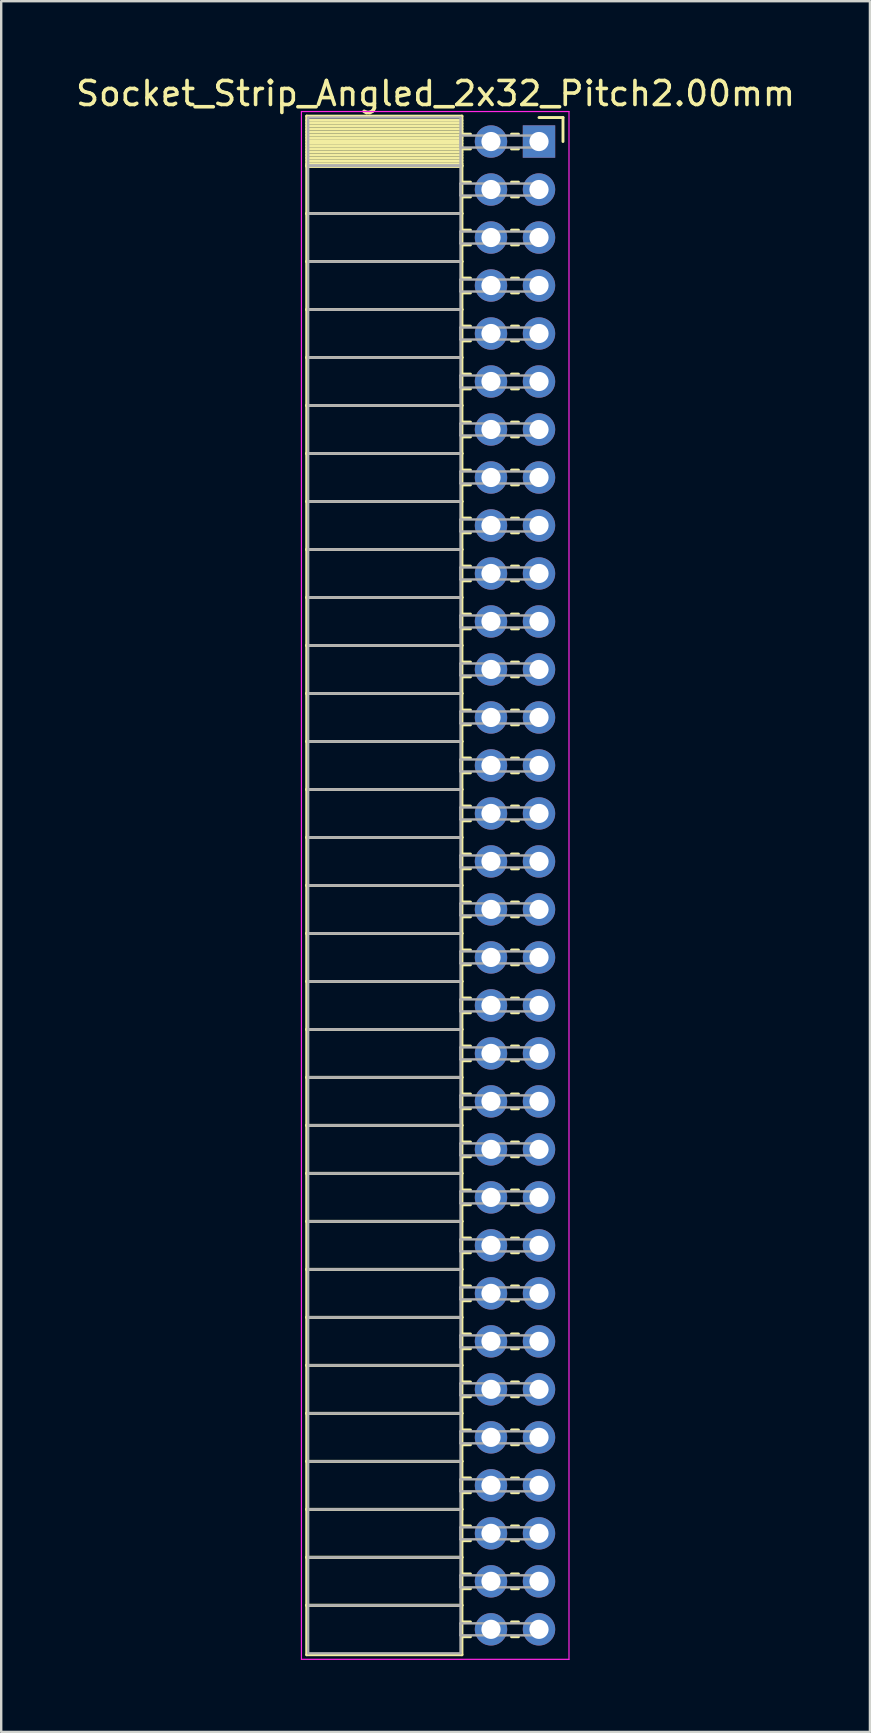
<source format=kicad_pcb>
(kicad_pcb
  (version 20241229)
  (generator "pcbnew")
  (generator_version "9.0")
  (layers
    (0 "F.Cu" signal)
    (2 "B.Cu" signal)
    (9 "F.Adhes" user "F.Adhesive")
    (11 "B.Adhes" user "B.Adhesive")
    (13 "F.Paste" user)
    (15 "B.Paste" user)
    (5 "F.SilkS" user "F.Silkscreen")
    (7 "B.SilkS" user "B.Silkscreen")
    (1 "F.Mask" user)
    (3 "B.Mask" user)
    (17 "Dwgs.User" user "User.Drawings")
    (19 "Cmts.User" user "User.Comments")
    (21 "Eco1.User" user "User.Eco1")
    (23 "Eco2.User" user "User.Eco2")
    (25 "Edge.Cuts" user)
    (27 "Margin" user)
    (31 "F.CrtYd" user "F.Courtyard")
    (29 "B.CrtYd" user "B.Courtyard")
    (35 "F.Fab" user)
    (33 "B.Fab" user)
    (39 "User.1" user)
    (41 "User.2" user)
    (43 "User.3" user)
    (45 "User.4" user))
  (footprint "Socket_Strip_Angled_2x32_Pitch2.00mm"
    (layer "F.Cu")
    (at 19.411 2.848)
    (property "Reference" "Socket_Strip_Angled_2x32_Pitch2.00mm" (at -4.31 -2 0) (layer "F.SilkS") (effects (font (size 1 1) (thickness 0.15))))
    (attr through_hole)
    (fp_line (start -9.68 -1.06) (end -3.21 -1.06) (stroke (width 0.12) (type solid)) (layer "F.SilkS"))
    (fp_line (start -9.68 1) (end -9.68 -1.06) (stroke (width 0.12) (type solid)) (layer "F.SilkS"))
    (fp_line (start -9.68 1) (end -3.21 1) (stroke (width 0.12) (type solid)) (layer "F.SilkS"))
    (fp_line (start -9.68 3) (end -9.68 1) (stroke (width 0.12) (type solid)) (layer "F.SilkS"))
    (fp_line (start -9.68 3) (end -3.21 3) (stroke (width 0.12) (type solid)) (layer "F.SilkS"))
    (fp_line (start -9.68 5) (end -9.68 3) (stroke (width 0.12) (type solid)) (layer "F.SilkS"))
    (fp_line (start -9.68 5) (end -3.21 5) (stroke (width 0.12) (type solid)) (layer "F.SilkS"))
    (fp_line (start -9.68 7) (end -9.68 5) (stroke (width 0.12) (type solid)) (layer "F.SilkS"))
    (fp_line (start -9.68 7) (end -3.21 7) (stroke (width 0.12) (type solid)) (layer "F.SilkS"))
    (fp_line (start -9.68 9) (end -9.68 7) (stroke (width 0.12) (type solid)) (layer "F.SilkS"))
    (fp_line (start -9.68 9) (end -3.21 9) (stroke (width 0.12) (type solid)) (layer "F.SilkS"))
    (fp_line (start -9.68 11) (end -9.68 9) (stroke (width 0.12) (type solid)) (layer "F.SilkS"))
    (fp_line (start -9.68 11) (end -3.21 11) (stroke (width 0.12) (type solid)) (layer "F.SilkS"))
    (fp_line (start -9.68 13) (end -9.68 11) (stroke (width 0.12) (type solid)) (layer "F.SilkS"))
    (fp_line (start -9.68 13) (end -3.21 13) (stroke (width 0.12) (type solid)) (layer "F.SilkS"))
    (fp_line (start -9.68 15) (end -9.68 13) (stroke (width 0.12) (type solid)) (layer "F.SilkS"))
    (fp_line (start -9.68 15) (end -3.21 15) (stroke (width 0.12) (type solid)) (layer "F.SilkS"))
    (fp_line (start -9.68 17) (end -9.68 15) (stroke (width 0.12) (type solid)) (layer "F.SilkS"))
    (fp_line (start -9.68 17) (end -3.21 17) (stroke (width 0.12) (type solid)) (layer "F.SilkS"))
    (fp_line (start -9.68 19) (end -9.68 17) (stroke (width 0.12) (type solid)) (layer "F.SilkS"))
    (fp_line (start -9.68 19) (end -3.21 19) (stroke (width 0.12) (type solid)) (layer "F.SilkS"))
    (fp_line (start -9.68 21) (end -9.68 19) (stroke (width 0.12) (type solid)) (layer "F.SilkS"))
    (fp_line (start -9.68 21) (end -3.21 21) (stroke (width 0.12) (type solid)) (layer "F.SilkS"))
    (fp_line (start -9.68 23) (end -9.68 21) (stroke (width 0.12) (type solid)) (layer "F.SilkS"))
    (fp_line (start -9.68 23) (end -3.21 23) (stroke (width 0.12) (type solid)) (layer "F.SilkS"))
    (fp_line (start -9.68 25) (end -9.68 23) (stroke (width 0.12) (type solid)) (layer "F.SilkS"))
    (fp_line (start -9.68 25) (end -3.21 25) (stroke (width 0.12) (type solid)) (layer "F.SilkS"))
    (fp_line (start -9.68 27) (end -9.68 25) (stroke (width 0.12) (type solid)) (layer "F.SilkS"))
    (fp_line (start -9.68 27) (end -3.21 27) (stroke (width 0.12) (type solid)) (layer "F.SilkS"))
    (fp_line (start -9.68 29) (end -9.68 27) (stroke (width 0.12) (type solid)) (layer "F.SilkS"))
    (fp_line (start -9.68 29) (end -3.21 29) (stroke (width 0.12) (type solid)) (layer "F.SilkS"))
    (fp_line (start -9.68 31) (end -9.68 29) (stroke (width 0.12) (type solid)) (layer "F.SilkS"))
    (fp_line (start -9.68 31) (end -3.21 31) (stroke (width 0.12) (type solid)) (layer "F.SilkS"))
    (fp_line (start -9.68 33) (end -9.68 31) (stroke (width 0.12) (type solid)) (layer "F.SilkS"))
    (fp_line (start -9.68 33) (end -3.21 33) (stroke (width 0.12) (type solid)) (layer "F.SilkS"))
    (fp_line (start -9.68 35) (end -9.68 33) (stroke (width 0.12) (type solid)) (layer "F.SilkS"))
    (fp_line (start -9.68 35) (end -3.21 35) (stroke (width 0.12) (type solid)) (layer "F.SilkS"))
    (fp_line (start -9.68 37) (end -9.68 35) (stroke (width 0.12) (type solid)) (layer "F.SilkS"))
    (fp_line (start -9.68 37) (end -3.21 37) (stroke (width 0.12) (type solid)) (layer "F.SilkS"))
    (fp_line (start -9.68 39) (end -9.68 37) (stroke (width 0.12) (type solid)) (layer "F.SilkS"))
    (fp_line (start -9.68 39) (end -3.21 39) (stroke (width 0.12) (type solid)) (layer "F.SilkS"))
    (fp_line (start -9.68 41) (end -9.68 39) (stroke (width 0.12) (type solid)) (layer "F.SilkS"))
    (fp_line (start -9.68 41) (end -3.21 41) (stroke (width 0.12) (type solid)) (layer "F.SilkS"))
    (fp_line (start -9.68 43) (end -9.68 41) (stroke (width 0.12) (type solid)) (layer "F.SilkS"))
    (fp_line (start -9.68 43) (end -3.21 43) (stroke (width 0.12) (type solid)) (layer "F.SilkS"))
    (fp_line (start -9.68 45) (end -9.68 43) (stroke (width 0.12) (type solid)) (layer "F.SilkS"))
    (fp_line (start -9.68 45) (end -3.21 45) (stroke (width 0.12) (type solid)) (layer "F.SilkS"))
    (fp_line (start -9.68 47) (end -9.68 45) (stroke (width 0.12) (type solid)) (layer "F.SilkS"))
    (fp_line (start -9.68 47) (end -3.21 47) (stroke (width 0.12) (type solid)) (layer "F.SilkS"))
    (fp_line (start -9.68 49) (end -9.68 47) (stroke (width 0.12) (type solid)) (layer "F.SilkS"))
    (fp_line (start -9.68 49) (end -3.21 49) (stroke (width 0.12) (type solid)) (layer "F.SilkS"))
    (fp_line (start -9.68 51) (end -9.68 49) (stroke (width 0.12) (type solid)) (layer "F.SilkS"))
    (fp_line (start -9.68 51) (end -3.21 51) (stroke (width 0.12) (type solid)) (layer "F.SilkS"))
    (fp_line (start -9.68 53) (end -9.68 51) (stroke (width 0.12) (type solid)) (layer "F.SilkS"))
    (fp_line (start -9.68 53) (end -3.21 53) (stroke (width 0.12) (type solid)) (layer "F.SilkS"))
    (fp_line (start -9.68 55) (end -9.68 53) (stroke (width 0.12) (type solid)) (layer "F.SilkS"))
    (fp_line (start -9.68 55) (end -3.21 55) (stroke (width 0.12) (type solid)) (layer "F.SilkS"))
    (fp_line (start -9.68 57) (end -9.68 55) (stroke (width 0.12) (type solid)) (layer "F.SilkS"))
    (fp_line (start -9.68 57) (end -3.21 57) (stroke (width 0.12) (type solid)) (layer "F.SilkS"))
    (fp_line (start -9.68 59) (end -9.68 57) (stroke (width 0.12) (type solid)) (layer "F.SilkS"))
    (fp_line (start -9.68 59) (end -3.21 59) (stroke (width 0.12) (type solid)) (layer "F.SilkS"))
    (fp_line (start -9.68 61) (end -9.68 59) (stroke (width 0.12) (type solid)) (layer "F.SilkS"))
    (fp_line (start -9.68 61) (end -3.21 61) (stroke (width 0.12) (type solid)) (layer "F.SilkS"))
    (fp_line (start -9.68 63.06) (end -9.68 61) (stroke (width 0.12) (type solid)) (layer "F.SilkS"))
    (fp_line (start -3.21 -1.06) (end -3.21 1) (stroke (width 0.12) (type solid)) (layer "F.SilkS"))
    (fp_line (start -3.21 -0.88) (end -9.68 -0.88) (stroke (width 0.12) (type solid)) (layer "F.SilkS"))
    (fp_line (start -3.21 -0.76) (end -9.68 -0.76) (stroke (width 0.12) (type solid)) (layer "F.SilkS"))
    (fp_line (start -3.21 -0.64) (end -9.68 -0.64) (stroke (width 0.12) (type solid)) (layer "F.SilkS"))
    (fp_line (start -3.21 -0.52) (end -9.68 -0.52) (stroke (width 0.12) (type solid)) (layer "F.SilkS"))
    (fp_line (start -3.21 -0.4) (end -9.68 -0.4) (stroke (width 0.12) (type solid)) (layer "F.SilkS"))
    (fp_line (start -3.21 -0.28) (end -9.68 -0.28) (stroke (width 0.12) (type solid)) (layer "F.SilkS"))
    (fp_line (start -3.21 -0.16) (end -9.68 -0.16) (stroke (width 0.12) (type solid)) (layer "F.SilkS"))
    (fp_line (start -3.21 -0.04) (end -9.68 -0.04) (stroke (width 0.12) (type solid)) (layer "F.SilkS"))
    (fp_line (start -3.21 0.08) (end -9.68 0.08) (stroke (width 0.12) (type solid)) (layer "F.SilkS"))
    (fp_line (start -3.21 0.2) (end -9.68 0.2) (stroke (width 0.12) (type solid)) (layer "F.SilkS"))
    (fp_line (start -3.21 0.32) (end -9.68 0.32) (stroke (width 0.12) (type solid)) (layer "F.SilkS"))
    (fp_line (start -3.21 0.44) (end -9.68 0.44) (stroke (width 0.12) (type solid)) (layer "F.SilkS"))
    (fp_line (start -3.21 0.56) (end -9.68 0.56) (stroke (width 0.12) (type solid)) (layer "F.SilkS"))
    (fp_line (start -3.21 0.68) (end -9.68 0.68) (stroke (width 0.12) (type solid)) (layer "F.SilkS"))
    (fp_line (start -3.21 0.8) (end -9.68 0.8) (stroke (width 0.12) (type solid)) (layer "F.SilkS"))
    (fp_line (start -3.21 0.92) (end -9.68 0.92) (stroke (width 0.12) (type solid)) (layer "F.SilkS"))
    (fp_line (start -3.21 1) (end -9.68 1) (stroke (width 0.12) (type solid)) (layer "F.SilkS"))
    (fp_line (start -3.21 1) (end -3.21 3) (stroke (width 0.12) (type solid)) (layer "F.SilkS"))
    (fp_line (start -3.21 1.04) (end -9.68 1.04) (stroke (width 0.12) (type solid)) (layer "F.SilkS"))
    (fp_line (start -3.21 3) (end -9.68 3) (stroke (width 0.12) (type solid)) (layer "F.SilkS"))
    (fp_line (start -3.21 3) (end -3.21 5) (stroke (width 0.12) (type solid)) (layer "F.SilkS"))
    (fp_line (start -3.21 5) (end -9.68 5) (stroke (width 0.12) (type solid)) (layer "F.SilkS"))
    (fp_line (start -3.21 5) (end -3.21 7) (stroke (width 0.12) (type solid)) (layer "F.SilkS"))
    (fp_line (start -3.21 7) (end -9.68 7) (stroke (width 0.12) (type solid)) (layer "F.SilkS"))
    (fp_line (start -3.21 7) (end -3.21 9) (stroke (width 0.12) (type solid)) (layer "F.SilkS"))
    (fp_line (start -3.21 9) (end -9.68 9) (stroke (width 0.12) (type solid)) (layer "F.SilkS"))
    (fp_line (start -3.21 9) (end -3.21 11) (stroke (width 0.12) (type solid)) (layer "F.SilkS"))
    (fp_line (start -3.21 11) (end -9.68 11) (stroke (width 0.12) (type solid)) (layer "F.SilkS"))
    (fp_line (start -3.21 11) (end -3.21 13) (stroke (width 0.12) (type solid)) (layer "F.SilkS"))
    (fp_line (start -3.21 13) (end -9.68 13) (stroke (width 0.12) (type solid)) (layer "F.SilkS"))
    (fp_line (start -3.21 13) (end -3.21 15) (stroke (width 0.12) (type solid)) (layer "F.SilkS"))
    (fp_line (start -3.21 15) (end -9.68 15) (stroke (width 0.12) (type solid)) (layer "F.SilkS"))
    (fp_line (start -3.21 15) (end -3.21 17) (stroke (width 0.12) (type solid)) (layer "F.SilkS"))
    (fp_line (start -3.21 17) (end -9.68 17) (stroke (width 0.12) (type solid)) (layer "F.SilkS"))
    (fp_line (start -3.21 17) (end -3.21 19) (stroke (width 0.12) (type solid)) (layer "F.SilkS"))
    (fp_line (start -3.21 19) (end -9.68 19) (stroke (width 0.12) (type solid)) (layer "F.SilkS"))
    (fp_line (start -3.21 19) (end -3.21 21) (stroke (width 0.12) (type solid)) (layer "F.SilkS"))
    (fp_line (start -3.21 21) (end -9.68 21) (stroke (width 0.12) (type solid)) (layer "F.SilkS"))
    (fp_line (start -3.21 21) (end -3.21 23) (stroke (width 0.12) (type solid)) (layer "F.SilkS"))
    (fp_line (start -3.21 23) (end -9.68 23) (stroke (width 0.12) (type solid)) (layer "F.SilkS"))
    (fp_line (start -3.21 23) (end -3.21 25) (stroke (width 0.12) (type solid)) (layer "F.SilkS"))
    (fp_line (start -3.21 25) (end -9.68 25) (stroke (width 0.12) (type solid)) (layer "F.SilkS"))
    (fp_line (start -3.21 25) (end -3.21 27) (stroke (width 0.12) (type solid)) (layer "F.SilkS"))
    (fp_line (start -3.21 27) (end -9.68 27) (stroke (width 0.12) (type solid)) (layer "F.SilkS"))
    (fp_line (start -3.21 27) (end -3.21 29) (stroke (width 0.12) (type solid)) (layer "F.SilkS"))
    (fp_line (start -3.21 29) (end -9.68 29) (stroke (width 0.12) (type solid)) (layer "F.SilkS"))
    (fp_line (start -3.21 29) (end -3.21 31) (stroke (width 0.12) (type solid)) (layer "F.SilkS"))
    (fp_line (start -3.21 31) (end -9.68 31) (stroke (width 0.12) (type solid)) (layer "F.SilkS"))
    (fp_line (start -3.21 31) (end -3.21 33) (stroke (width 0.12) (type solid)) (layer "F.SilkS"))
    (fp_line (start -3.21 33) (end -9.68 33) (stroke (width 0.12) (type solid)) (layer "F.SilkS"))
    (fp_line (start -3.21 33) (end -3.21 35) (stroke (width 0.12) (type solid)) (layer "F.SilkS"))
    (fp_line (start -3.21 35) (end -9.68 35) (stroke (width 0.12) (type solid)) (layer "F.SilkS"))
    (fp_line (start -3.21 35) (end -3.21 37) (stroke (width 0.12) (type solid)) (layer "F.SilkS"))
    (fp_line (start -3.21 37) (end -9.68 37) (stroke (width 0.12) (type solid)) (layer "F.SilkS"))
    (fp_line (start -3.21 37) (end -3.21 39) (stroke (width 0.12) (type solid)) (layer "F.SilkS"))
    (fp_line (start -3.21 39) (end -9.68 39) (stroke (width 0.12) (type solid)) (layer "F.SilkS"))
    (fp_line (start -3.21 39) (end -3.21 41) (stroke (width 0.12) (type solid)) (layer "F.SilkS"))
    (fp_line (start -3.21 41) (end -9.68 41) (stroke (width 0.12) (type solid)) (layer "F.SilkS"))
    (fp_line (start -3.21 41) (end -3.21 43) (stroke (width 0.12) (type solid)) (layer "F.SilkS"))
    (fp_line (start -3.21 43) (end -9.68 43) (stroke (width 0.12) (type solid)) (layer "F.SilkS"))
    (fp_line (start -3.21 43) (end -3.21 45) (stroke (width 0.12) (type solid)) (layer "F.SilkS"))
    (fp_line (start -3.21 45) (end -9.68 45) (stroke (width 0.12) (type solid)) (layer "F.SilkS"))
    (fp_line (start -3.21 45) (end -3.21 47) (stroke (width 0.12) (type solid)) (layer "F.SilkS"))
    (fp_line (start -3.21 47) (end -9.68 47) (stroke (width 0.12) (type solid)) (layer "F.SilkS"))
    (fp_line (start -3.21 47) (end -3.21 49) (stroke (width 0.12) (type solid)) (layer "F.SilkS"))
    (fp_line (start -3.21 49) (end -9.68 49) (stroke (width 0.12) (type solid)) (layer "F.SilkS"))
    (fp_line (start -3.21 49) (end -3.21 51) (stroke (width 0.12) (type solid)) (layer "F.SilkS"))
    (fp_line (start -3.21 51) (end -9.68 51) (stroke (width 0.12) (type solid)) (layer "F.SilkS"))
    (fp_line (start -3.21 51) (end -3.21 53) (stroke (width 0.12) (type solid)) (layer "F.SilkS"))
    (fp_line (start -3.21 53) (end -9.68 53) (stroke (width 0.12) (type solid)) (layer "F.SilkS"))
    (fp_line (start -3.21 53) (end -3.21 55) (stroke (width 0.12) (type solid)) (layer "F.SilkS"))
    (fp_line (start -3.21 55) (end -9.68 55) (stroke (width 0.12) (type solid)) (layer "F.SilkS"))
    (fp_line (start -3.21 55) (end -3.21 57) (stroke (width 0.12) (type solid)) (layer "F.SilkS"))
    (fp_line (start -3.21 57) (end -9.68 57) (stroke (width 0.12) (type solid)) (layer "F.SilkS"))
    (fp_line (start -3.21 57) (end -3.21 59) (stroke (width 0.12) (type solid)) (layer "F.SilkS"))
    (fp_line (start -3.21 59) (end -9.68 59) (stroke (width 0.12) (type solid)) (layer "F.SilkS"))
    (fp_line (start -3.21 59) (end -3.21 61) (stroke (width 0.12) (type solid)) (layer "F.SilkS"))
    (fp_line (start -3.21 61) (end -9.68 61) (stroke (width 0.12) (type solid)) (layer "F.SilkS"))
    (fp_line (start -3.21 61) (end -3.21 63.06) (stroke (width 0.12) (type solid)) (layer "F.SilkS"))
    (fp_line (start -3.21 63.06) (end -9.68 63.06) (stroke (width 0.12) (type solid)) (layer "F.SilkS"))
    (fp_line (start -2.855 -0.31) (end -3.21 -0.31) (stroke (width 0.12) (type solid)) (layer "F.SilkS"))
    (fp_line (start -2.855 0.31) (end -3.21 0.31) (stroke (width 0.12) (type solid)) (layer "F.SilkS"))
    (fp_line (start -2.855 1.69) (end -3.21 1.69) (stroke (width 0.12) (type solid)) (layer "F.SilkS"))
    (fp_line (start -2.855 2.31) (end -3.21 2.31) (stroke (width 0.12) (type solid)) (layer "F.SilkS"))
    (fp_line (start -2.855 3.69) (end -3.21 3.69) (stroke (width 0.12) (type solid)) (layer "F.SilkS"))
    (fp_line (start -2.855 4.31) (end -3.21 4.31) (stroke (width 0.12) (type solid)) (layer "F.SilkS"))
    (fp_line (start -2.855 5.69) (end -3.21 5.69) (stroke (width 0.12) (type solid)) (layer "F.SilkS"))
    (fp_line (start -2.855 6.31) (end -3.21 6.31) (stroke (width 0.12) (type solid)) (layer "F.SilkS"))
    (fp_line (start -2.855 7.69) (end -3.21 7.69) (stroke (width 0.12) (type solid)) (layer "F.SilkS"))
    (fp_line (start -2.855 8.31) (end -3.21 8.31) (stroke (width 0.12) (type solid)) (layer "F.SilkS"))
    (fp_line (start -2.855 9.69) (end -3.21 9.69) (stroke (width 0.12) (type solid)) (layer "F.SilkS"))
    (fp_line (start -2.855 10.31) (end -3.21 10.31) (stroke (width 0.12) (type solid)) (layer "F.SilkS"))
    (fp_line (start -2.855 11.69) (end -3.21 11.69) (stroke (width 0.12) (type solid)) (layer "F.SilkS"))
    (fp_line (start -2.855 12.31) (end -3.21 12.31) (stroke (width 0.12) (type solid)) (layer "F.SilkS"))
    (fp_line (start -2.855 13.69) (end -3.21 13.69) (stroke (width 0.12) (type solid)) (layer "F.SilkS"))
    (fp_line (start -2.855 14.31) (end -3.21 14.31) (stroke (width 0.12) (type solid)) (layer "F.SilkS"))
    (fp_line (start -2.855 15.69) (end -3.21 15.69) (stroke (width 0.12) (type solid)) (layer "F.SilkS"))
    (fp_line (start -2.855 16.31) (end -3.21 16.31) (stroke (width 0.12) (type solid)) (layer "F.SilkS"))
    (fp_line (start -2.855 17.69) (end -3.21 17.69) (stroke (width 0.12) (type solid)) (layer "F.SilkS"))
    (fp_line (start -2.855 18.31) (end -3.21 18.31) (stroke (width 0.12) (type solid)) (layer "F.SilkS"))
    (fp_line (start -2.855 19.69) (end -3.21 19.69) (stroke (width 0.12) (type solid)) (layer "F.SilkS"))
    (fp_line (start -2.855 20.31) (end -3.21 20.31) (stroke (width 0.12) (type solid)) (layer "F.SilkS"))
    (fp_line (start -2.855 21.69) (end -3.21 21.69) (stroke (width 0.12) (type solid)) (layer "F.SilkS"))
    (fp_line (start -2.855 22.31) (end -3.21 22.31) (stroke (width 0.12) (type solid)) (layer "F.SilkS"))
    (fp_line (start -2.855 23.69) (end -3.21 23.69) (stroke (width 0.12) (type solid)) (layer "F.SilkS"))
    (fp_line (start -2.855 24.31) (end -3.21 24.31) (stroke (width 0.12) (type solid)) (layer "F.SilkS"))
    (fp_line (start -2.855 25.69) (end -3.21 25.69) (stroke (width 0.12) (type solid)) (layer "F.SilkS"))
    (fp_line (start -2.855 26.31) (end -3.21 26.31) (stroke (width 0.12) (type solid)) (layer "F.SilkS"))
    (fp_line (start -2.855 27.69) (end -3.21 27.69) (stroke (width 0.12) (type solid)) (layer "F.SilkS"))
    (fp_line (start -2.855 28.31) (end -3.21 28.31) (stroke (width 0.12) (type solid)) (layer "F.SilkS"))
    (fp_line (start -2.855 29.69) (end -3.21 29.69) (stroke (width 0.12) (type solid)) (layer "F.SilkS"))
    (fp_line (start -2.855 30.31) (end -3.21 30.31) (stroke (width 0.12) (type solid)) (layer "F.SilkS"))
    (fp_line (start -2.855 31.69) (end -3.21 31.69) (stroke (width 0.12) (type solid)) (layer "F.SilkS"))
    (fp_line (start -2.855 32.31) (end -3.21 32.31) (stroke (width 0.12) (type solid)) (layer "F.SilkS"))
    (fp_line (start -2.855 33.69) (end -3.21 33.69) (stroke (width 0.12) (type solid)) (layer "F.SilkS"))
    (fp_line (start -2.855 34.31) (end -3.21 34.31) (stroke (width 0.12) (type solid)) (layer "F.SilkS"))
    (fp_line (start -2.855 35.69) (end -3.21 35.69) (stroke (width 0.12) (type solid)) (layer "F.SilkS"))
    (fp_line (start -2.855 36.31) (end -3.21 36.31) (stroke (width 0.12) (type solid)) (layer "F.SilkS"))
    (fp_line (start -2.855 37.69) (end -3.21 37.69) (stroke (width 0.12) (type solid)) (layer "F.SilkS"))
    (fp_line (start -2.855 38.31) (end -3.21 38.31) (stroke (width 0.12) (type solid)) (layer "F.SilkS"))
    (fp_line (start -2.855 39.69) (end -3.21 39.69) (stroke (width 0.12) (type solid)) (layer "F.SilkS"))
    (fp_line (start -2.855 40.31) (end -3.21 40.31) (stroke (width 0.12) (type solid)) (layer "F.SilkS"))
    (fp_line (start -2.855 41.69) (end -3.21 41.69) (stroke (width 0.12) (type solid)) (layer "F.SilkS"))
    (fp_line (start -2.855 42.31) (end -3.21 42.31) (stroke (width 0.12) (type solid)) (layer "F.SilkS"))
    (fp_line (start -2.855 43.69) (end -3.21 43.69) (stroke (width 0.12) (type solid)) (layer "F.SilkS"))
    (fp_line (start -2.855 44.31) (end -3.21 44.31) (stroke (width 0.12) (type solid)) (layer "F.SilkS"))
    (fp_line (start -2.855 45.69) (end -3.21 45.69) (stroke (width 0.12) (type solid)) (layer "F.SilkS"))
    (fp_line (start -2.855 46.31) (end -3.21 46.31) (stroke (width 0.12) (type solid)) (layer "F.SilkS"))
    (fp_line (start -2.855 47.69) (end -3.21 47.69) (stroke (width 0.12) (type solid)) (layer "F.SilkS"))
    (fp_line (start -2.855 48.31) (end -3.21 48.31) (stroke (width 0.12) (type solid)) (layer "F.SilkS"))
    (fp_line (start -2.855 49.69) (end -3.21 49.69) (stroke (width 0.12) (type solid)) (layer "F.SilkS"))
    (fp_line (start -2.855 50.31) (end -3.21 50.31) (stroke (width 0.12) (type solid)) (layer "F.SilkS"))
    (fp_line (start -2.855 51.69) (end -3.21 51.69) (stroke (width 0.12) (type solid)) (layer "F.SilkS"))
    (fp_line (start -2.855 52.31) (end -3.21 52.31) (stroke (width 0.12) (type solid)) (layer "F.SilkS"))
    (fp_line (start -2.855 53.69) (end -3.21 53.69) (stroke (width 0.12) (type solid)) (layer "F.SilkS"))
    (fp_line (start -2.855 54.31) (end -3.21 54.31) (stroke (width 0.12) (type solid)) (layer "F.SilkS"))
    (fp_line (start -2.855 55.69) (end -3.21 55.69) (stroke (width 0.12) (type solid)) (layer "F.SilkS"))
    (fp_line (start -2.855 56.31) (end -3.21 56.31) (stroke (width 0.12) (type solid)) (layer "F.SilkS"))
    (fp_line (start -2.855 57.69) (end -3.21 57.69) (stroke (width 0.12) (type solid)) (layer "F.SilkS"))
    (fp_line (start -2.855 58.31) (end -3.21 58.31) (stroke (width 0.12) (type solid)) (layer "F.SilkS"))
    (fp_line (start -2.855 59.69) (end -3.21 59.69) (stroke (width 0.12) (type solid)) (layer "F.SilkS"))
    (fp_line (start -2.855 60.31) (end -3.21 60.31) (stroke (width 0.12) (type solid)) (layer "F.SilkS"))
    (fp_line (start -2.855 61.69) (end -3.21 61.69) (stroke (width 0.12) (type solid)) (layer "F.SilkS"))
    (fp_line (start -2.855 62.31) (end -3.21 62.31) (stroke (width 0.12) (type solid)) (layer "F.SilkS"))
    (fp_line (start -0.855 -0.31) (end -1.145 -0.31) (stroke (width 0.12) (type solid)) (layer "F.SilkS"))
    (fp_line (start -0.855 0.31) (end -1.145 0.31) (stroke (width 0.12) (type solid)) (layer "F.SilkS"))
    (fp_line (start -0.855 1.69) (end -1.145 1.69) (stroke (width 0.12) (type solid)) (layer "F.SilkS"))
    (fp_line (start -0.855 2.31) (end -1.145 2.31) (stroke (width 0.12) (type solid)) (layer "F.SilkS"))
    (fp_line (start -0.855 3.69) (end -1.145 3.69) (stroke (width 0.12) (type solid)) (layer "F.SilkS"))
    (fp_line (start -0.855 4.31) (end -1.145 4.31) (stroke (width 0.12) (type solid)) (layer "F.SilkS"))
    (fp_line (start -0.855 5.69) (end -1.145 5.69) (stroke (width 0.12) (type solid)) (layer "F.SilkS"))
    (fp_line (start -0.855 6.31) (end -1.145 6.31) (stroke (width 0.12) (type solid)) (layer "F.SilkS"))
    (fp_line (start -0.855 7.69) (end -1.145 7.69) (stroke (width 0.12) (type solid)) (layer "F.SilkS"))
    (fp_line (start -0.855 8.31) (end -1.145 8.31) (stroke (width 0.12) (type solid)) (layer "F.SilkS"))
    (fp_line (start -0.855 9.69) (end -1.145 9.69) (stroke (width 0.12) (type solid)) (layer "F.SilkS"))
    (fp_line (start -0.855 10.31) (end -1.145 10.31) (stroke (width 0.12) (type solid)) (layer "F.SilkS"))
    (fp_line (start -0.855 11.69) (end -1.145 11.69) (stroke (width 0.12) (type solid)) (layer "F.SilkS"))
    (fp_line (start -0.855 12.31) (end -1.145 12.31) (stroke (width 0.12) (type solid)) (layer "F.SilkS"))
    (fp_line (start -0.855 13.69) (end -1.145 13.69) (stroke (width 0.12) (type solid)) (layer "F.SilkS"))
    (fp_line (start -0.855 14.31) (end -1.145 14.31) (stroke (width 0.12) (type solid)) (layer "F.SilkS"))
    (fp_line (start -0.855 15.69) (end -1.145 15.69) (stroke (width 0.12) (type solid)) (layer "F.SilkS"))
    (fp_line (start -0.855 16.31) (end -1.145 16.31) (stroke (width 0.12) (type solid)) (layer "F.SilkS"))
    (fp_line (start -0.855 17.69) (end -1.145 17.69) (stroke (width 0.12) (type solid)) (layer "F.SilkS"))
    (fp_line (start -0.855 18.31) (end -1.145 18.31) (stroke (width 0.12) (type solid)) (layer "F.SilkS"))
    (fp_line (start -0.855 19.69) (end -1.145 19.69) (stroke (width 0.12) (type solid)) (layer "F.SilkS"))
    (fp_line (start -0.855 20.31) (end -1.145 20.31) (stroke (width 0.12) (type solid)) (layer "F.SilkS"))
    (fp_line (start -0.855 21.69) (end -1.145 21.69) (stroke (width 0.12) (type solid)) (layer "F.SilkS"))
    (fp_line (start -0.855 22.31) (end -1.145 22.31) (stroke (width 0.12) (type solid)) (layer "F.SilkS"))
    (fp_line (start -0.855 23.69) (end -1.145 23.69) (stroke (width 0.12) (type solid)) (layer "F.SilkS"))
    (fp_line (start -0.855 24.31) (end -1.145 24.31) (stroke (width 0.12) (type solid)) (layer "F.SilkS"))
    (fp_line (start -0.855 25.69) (end -1.145 25.69) (stroke (width 0.12) (type solid)) (layer "F.SilkS"))
    (fp_line (start -0.855 26.31) (end -1.145 26.31) (stroke (width 0.12) (type solid)) (layer "F.SilkS"))
    (fp_line (start -0.855 27.69) (end -1.145 27.69) (stroke (width 0.12) (type solid)) (layer "F.SilkS"))
    (fp_line (start -0.855 28.31) (end -1.145 28.31) (stroke (width 0.12) (type solid)) (layer "F.SilkS"))
    (fp_line (start -0.855 29.69) (end -1.145 29.69) (stroke (width 0.12) (type solid)) (layer "F.SilkS"))
    (fp_line (start -0.855 30.31) (end -1.145 30.31) (stroke (width 0.12) (type solid)) (layer "F.SilkS"))
    (fp_line (start -0.855 31.69) (end -1.145 31.69) (stroke (width 0.12) (type solid)) (layer "F.SilkS"))
    (fp_line (start -0.855 32.31) (end -1.145 32.31) (stroke (width 0.12) (type solid)) (layer "F.SilkS"))
    (fp_line (start -0.855 33.69) (end -1.145 33.69) (stroke (width 0.12) (type solid)) (layer "F.SilkS"))
    (fp_line (start -0.855 34.31) (end -1.145 34.31) (stroke (width 0.12) (type solid)) (layer "F.SilkS"))
    (fp_line (start -0.855 35.69) (end -1.145 35.69) (stroke (width 0.12) (type solid)) (layer "F.SilkS"))
    (fp_line (start -0.855 36.31) (end -1.145 36.31) (stroke (width 0.12) (type solid)) (layer "F.SilkS"))
    (fp_line (start -0.855 37.69) (end -1.145 37.69) (stroke (width 0.12) (type solid)) (layer "F.SilkS"))
    (fp_line (start -0.855 38.31) (end -1.145 38.31) (stroke (width 0.12) (type solid)) (layer "F.SilkS"))
    (fp_line (start -0.855 39.69) (end -1.145 39.69) (stroke (width 0.12) (type solid)) (layer "F.SilkS"))
    (fp_line (start -0.855 40.31) (end -1.145 40.31) (stroke (width 0.12) (type solid)) (layer "F.SilkS"))
    (fp_line (start -0.855 41.69) (end -1.145 41.69) (stroke (width 0.12) (type solid)) (layer "F.SilkS"))
    (fp_line (start -0.855 42.31) (end -1.145 42.31) (stroke (width 0.12) (type solid)) (layer "F.SilkS"))
    (fp_line (start -0.855 43.69) (end -1.145 43.69) (stroke (width 0.12) (type solid)) (layer "F.SilkS"))
    (fp_line (start -0.855 44.31) (end -1.145 44.31) (stroke (width 0.12) (type solid)) (layer "F.SilkS"))
    (fp_line (start -0.855 45.69) (end -1.145 45.69) (stroke (width 0.12) (type solid)) (layer "F.SilkS"))
    (fp_line (start -0.855 46.31) (end -1.145 46.31) (stroke (width 0.12) (type solid)) (layer "F.SilkS"))
    (fp_line (start -0.855 47.69) (end -1.145 47.69) (stroke (width 0.12) (type solid)) (layer "F.SilkS"))
    (fp_line (start -0.855 48.31) (end -1.145 48.31) (stroke (width 0.12) (type solid)) (layer "F.SilkS"))
    (fp_line (start -0.855 49.69) (end -1.145 49.69) (stroke (width 0.12) (type solid)) (layer "F.SilkS"))
    (fp_line (start -0.855 50.31) (end -1.145 50.31) (stroke (width 0.12) (type solid)) (layer "F.SilkS"))
    (fp_line (start -0.855 51.69) (end -1.145 51.69) (stroke (width 0.12) (type solid)) (layer "F.SilkS"))
    (fp_line (start -0.855 52.31) (end -1.145 52.31) (stroke (width 0.12) (type solid)) (layer "F.SilkS"))
    (fp_line (start -0.855 53.69) (end -1.145 53.69) (stroke (width 0.12) (type solid)) (layer "F.SilkS"))
    (fp_line (start -0.855 54.31) (end -1.145 54.31) (stroke (width 0.12) (type solid)) (layer "F.SilkS"))
    (fp_line (start -0.855 55.69) (end -1.145 55.69) (stroke (width 0.12) (type solid)) (layer "F.SilkS"))
    (fp_line (start -0.855 56.31) (end -1.145 56.31) (stroke (width 0.12) (type solid)) (layer "F.SilkS"))
    (fp_line (start -0.855 57.69) (end -1.145 57.69) (stroke (width 0.12) (type solid)) (layer "F.SilkS"))
    (fp_line (start -0.855 58.31) (end -1.145 58.31) (stroke (width 0.12) (type solid)) (layer "F.SilkS"))
    (fp_line (start -0.855 59.69) (end -1.145 59.69) (stroke (width 0.12) (type solid)) (layer "F.SilkS"))
    (fp_line (start -0.855 60.31) (end -1.145 60.31) (stroke (width 0.12) (type solid)) (layer "F.SilkS"))
    (fp_line (start -0.855 61.69) (end -1.145 61.69) (stroke (width 0.12) (type solid)) (layer "F.SilkS"))
    (fp_line (start -0.855 62.31) (end -1.145 62.31) (stroke (width 0.12) (type solid)) (layer "F.SilkS"))
    (fp_line (start 0 -1) (end 1 -1) (stroke (width 0.12) (type solid)) (layer "F.SilkS"))
    (fp_line (start 1 -1) (end 1 0) (stroke (width 0.12) (type solid)) (layer "F.SilkS"))
    (fp_line (start -9.9 -1.25) (end 1.25 -1.25) (stroke (width 0.05) (type solid)) (layer "F.CrtYd"))
    (fp_line (start -9.9 63.25) (end -9.9 -1.25) (stroke (width 0.05) (type solid)) (layer "F.CrtYd"))
    (fp_line (start 1.25 -1.25) (end 1.25 63.25) (stroke (width 0.05) (type solid)) (layer "F.CrtYd"))
    (fp_line (start 1.25 63.25) (end -9.9 63.25) (stroke (width 0.05) (type solid)) (layer "F.CrtYd"))
    (fp_line (start -9.62 -1) (end -3.27 -1) (stroke (width 0.1) (type solid)) (layer "F.Fab"))
    (fp_line (start -9.62 1) (end -9.62 -1) (stroke (width 0.1) (type solid)) (layer "F.Fab"))
    (fp_line (start -9.62 1) (end -3.27 1) (stroke (width 0.1) (type solid)) (layer "F.Fab"))
    (fp_line (start -9.62 3) (end -9.62 1) (stroke (width 0.1) (type solid)) (layer "F.Fab"))
    (fp_line (start -9.62 3) (end -3.27 3) (stroke (width 0.1) (type solid)) (layer "F.Fab"))
    (fp_line (start -9.62 5) (end -9.62 3) (stroke (width 0.1) (type solid)) (layer "F.Fab"))
    (fp_line (start -9.62 5) (end -3.27 5) (stroke (width 0.1) (type solid)) (layer "F.Fab"))
    (fp_line (start -9.62 7) (end -9.62 5) (stroke (width 0.1) (type solid)) (layer "F.Fab"))
    (fp_line (start -9.62 7) (end -3.27 7) (stroke (width 0.1) (type solid)) (layer "F.Fab"))
    (fp_line (start -9.62 9) (end -9.62 7) (stroke (width 0.1) (type solid)) (layer "F.Fab"))
    (fp_line (start -9.62 9) (end -3.27 9) (stroke (width 0.1) (type solid)) (layer "F.Fab"))
    (fp_line (start -9.62 11) (end -9.62 9) (stroke (width 0.1) (type solid)) (layer "F.Fab"))
    (fp_line (start -9.62 11) (end -3.27 11) (stroke (width 0.1) (type solid)) (layer "F.Fab"))
    (fp_line (start -9.62 13) (end -9.62 11) (stroke (width 0.1) (type solid)) (layer "F.Fab"))
    (fp_line (start -9.62 13) (end -3.27 13) (stroke (width 0.1) (type solid)) (layer "F.Fab"))
    (fp_line (start -9.62 15) (end -9.62 13) (stroke (width 0.1) (type solid)) (layer "F.Fab"))
    (fp_line (start -9.62 15) (end -3.27 15) (stroke (width 0.1) (type solid)) (layer "F.Fab"))
    (fp_line (start -9.62 17) (end -9.62 15) (stroke (width 0.1) (type solid)) (layer "F.Fab"))
    (fp_line (start -9.62 17) (end -3.27 17) (stroke (width 0.1) (type solid)) (layer "F.Fab"))
    (fp_line (start -9.62 19) (end -9.62 17) (stroke (width 0.1) (type solid)) (layer "F.Fab"))
    (fp_line (start -9.62 19) (end -3.27 19) (stroke (width 0.1) (type solid)) (layer "F.Fab"))
    (fp_line (start -9.62 21) (end -9.62 19) (stroke (width 0.1) (type solid)) (layer "F.Fab"))
    (fp_line (start -9.62 21) (end -3.27 21) (stroke (width 0.1) (type solid)) (layer "F.Fab"))
    (fp_line (start -9.62 23) (end -9.62 21) (stroke (width 0.1) (type solid)) (layer "F.Fab"))
    (fp_line (start -9.62 23) (end -3.27 23) (stroke (width 0.1) (type solid)) (layer "F.Fab"))
    (fp_line (start -9.62 25) (end -9.62 23) (stroke (width 0.1) (type solid)) (layer "F.Fab"))
    (fp_line (start -9.62 25) (end -3.27 25) (stroke (width 0.1) (type solid)) (layer "F.Fab"))
    (fp_line (start -9.62 27) (end -9.62 25) (stroke (width 0.1) (type solid)) (layer "F.Fab"))
    (fp_line (start -9.62 27) (end -3.27 27) (stroke (width 0.1) (type solid)) (layer "F.Fab"))
    (fp_line (start -9.62 29) (end -9.62 27) (stroke (width 0.1) (type solid)) (layer "F.Fab"))
    (fp_line (start -9.62 29) (end -3.27 29) (stroke (width 0.1) (type solid)) (layer "F.Fab"))
    (fp_line (start -9.62 31) (end -9.62 29) (stroke (width 0.1) (type solid)) (layer "F.Fab"))
    (fp_line (start -9.62 31) (end -3.27 31) (stroke (width 0.1) (type solid)) (layer "F.Fab"))
    (fp_line (start -9.62 33) (end -9.62 31) (stroke (width 0.1) (type solid)) (layer "F.Fab"))
    (fp_line (start -9.62 33) (end -3.27 33) (stroke (width 0.1) (type solid)) (layer "F.Fab"))
    (fp_line (start -9.62 35) (end -9.62 33) (stroke (width 0.1) (type solid)) (layer "F.Fab"))
    (fp_line (start -9.62 35) (end -3.27 35) (stroke (width 0.1) (type solid)) (layer "F.Fab"))
    (fp_line (start -9.62 37) (end -9.62 35) (stroke (width 0.1) (type solid)) (layer "F.Fab"))
    (fp_line (start -9.62 37) (end -3.27 37) (stroke (width 0.1) (type solid)) (layer "F.Fab"))
    (fp_line (start -9.62 39) (end -9.62 37) (stroke (width 0.1) (type solid)) (layer "F.Fab"))
    (fp_line (start -9.62 39) (end -3.27 39) (stroke (width 0.1) (type solid)) (layer "F.Fab"))
    (fp_line (start -9.62 41) (end -9.62 39) (stroke (width 0.1) (type solid)) (layer "F.Fab"))
    (fp_line (start -9.62 41) (end -3.27 41) (stroke (width 0.1) (type solid)) (layer "F.Fab"))
    (fp_line (start -9.62 43) (end -9.62 41) (stroke (width 0.1) (type solid)) (layer "F.Fab"))
    (fp_line (start -9.62 43) (end -3.27 43) (stroke (width 0.1) (type solid)) (layer "F.Fab"))
    (fp_line (start -9.62 45) (end -9.62 43) (stroke (width 0.1) (type solid)) (layer "F.Fab"))
    (fp_line (start -9.62 45) (end -3.27 45) (stroke (width 0.1) (type solid)) (layer "F.Fab"))
    (fp_line (start -9.62 47) (end -9.62 45) (stroke (width 0.1) (type solid)) (layer "F.Fab"))
    (fp_line (start -9.62 47) (end -3.27 47) (stroke (width 0.1) (type solid)) (layer "F.Fab"))
    (fp_line (start -9.62 49) (end -9.62 47) (stroke (width 0.1) (type solid)) (layer "F.Fab"))
    (fp_line (start -9.62 49) (end -3.27 49) (stroke (width 0.1) (type solid)) (layer "F.Fab"))
    (fp_line (start -9.62 51) (end -9.62 49) (stroke (width 0.1) (type solid)) (layer "F.Fab"))
    (fp_line (start -9.62 51) (end -3.27 51) (stroke (width 0.1) (type solid)) (layer "F.Fab"))
    (fp_line (start -9.62 53) (end -9.62 51) (stroke (width 0.1) (type solid)) (layer "F.Fab"))
    (fp_line (start -9.62 53) (end -3.27 53) (stroke (width 0.1) (type solid)) (layer "F.Fab"))
    (fp_line (start -9.62 55) (end -9.62 53) (stroke (width 0.1) (type solid)) (layer "F.Fab"))
    (fp_line (start -9.62 55) (end -3.27 55) (stroke (width 0.1) (type solid)) (layer "F.Fab"))
    (fp_line (start -9.62 57) (end -9.62 55) (stroke (width 0.1) (type solid)) (layer "F.Fab"))
    (fp_line (start -9.62 57) (end -3.27 57) (stroke (width 0.1) (type solid)) (layer "F.Fab"))
    (fp_line (start -9.62 59) (end -9.62 57) (stroke (width 0.1) (type solid)) (layer "F.Fab"))
    (fp_line (start -9.62 59) (end -3.27 59) (stroke (width 0.1) (type solid)) (layer "F.Fab"))
    (fp_line (start -9.62 61) (end -9.62 59) (stroke (width 0.1) (type solid)) (layer "F.Fab"))
    (fp_line (start -9.62 61) (end -3.27 61) (stroke (width 0.1) (type solid)) (layer "F.Fab"))
    (fp_line (start -9.62 63) (end -9.62 61) (stroke (width 0.1) (type solid)) (layer "F.Fab"))
    (fp_line (start -3.27 -1) (end -3.27 1) (stroke (width 0.1) (type solid)) (layer "F.Fab"))
    (fp_line (start -3.27 -0.25) (end 0 -0.25) (stroke (width 0.1) (type solid)) (layer "F.Fab"))
    (fp_line (start -3.27 0.25) (end -3.27 -0.25) (stroke (width 0.1) (type solid)) (layer "F.Fab"))
    (fp_line (start -3.27 1) (end -9.62 1) (stroke (width 0.1) (type solid)) (layer "F.Fab"))
    (fp_line (start -3.27 1) (end -3.27 3) (stroke (width 0.1) (type solid)) (layer "F.Fab"))
    (fp_line (start -3.27 1.75) (end 0 1.75) (stroke (width 0.1) (type solid)) (layer "F.Fab"))
    (fp_line (start -3.27 2.25) (end -3.27 1.75) (stroke (width 0.1) (type solid)) (layer "F.Fab"))
    (fp_line (start -3.27 3) (end -9.62 3) (stroke (width 0.1) (type solid)) (layer "F.Fab"))
    (fp_line (start -3.27 3) (end -3.27 5) (stroke (width 0.1) (type solid)) (layer "F.Fab"))
    (fp_line (start -3.27 3.75) (end 0 3.75) (stroke (width 0.1) (type solid)) (layer "F.Fab"))
    (fp_line (start -3.27 4.25) (end -3.27 3.75) (stroke (width 0.1) (type solid)) (layer "F.Fab"))
    (fp_line (start -3.27 5) (end -9.62 5) (stroke (width 0.1) (type solid)) (layer "F.Fab"))
    (fp_line (start -3.27 5) (end -3.27 7) (stroke (width 0.1) (type solid)) (layer "F.Fab"))
    (fp_line (start -3.27 5.75) (end 0 5.75) (stroke (width 0.1) (type solid)) (layer "F.Fab"))
    (fp_line (start -3.27 6.25) (end -3.27 5.75) (stroke (width 0.1) (type solid)) (layer "F.Fab"))
    (fp_line (start -3.27 7) (end -9.62 7) (stroke (width 0.1) (type solid)) (layer "F.Fab"))
    (fp_line (start -3.27 7) (end -3.27 9) (stroke (width 0.1) (type solid)) (layer "F.Fab"))
    (fp_line (start -3.27 7.75) (end 0 7.75) (stroke (width 0.1) (type solid)) (layer "F.Fab"))
    (fp_line (start -3.27 8.25) (end -3.27 7.75) (stroke (width 0.1) (type solid)) (layer "F.Fab"))
    (fp_line (start -3.27 9) (end -9.62 9) (stroke (width 0.1) (type solid)) (layer "F.Fab"))
    (fp_line (start -3.27 9) (end -3.27 11) (stroke (width 0.1) (type solid)) (layer "F.Fab"))
    (fp_line (start -3.27 9.75) (end 0 9.75) (stroke (width 0.1) (type solid)) (layer "F.Fab"))
    (fp_line (start -3.27 10.25) (end -3.27 9.75) (stroke (width 0.1) (type solid)) (layer "F.Fab"))
    (fp_line (start -3.27 11) (end -9.62 11) (stroke (width 0.1) (type solid)) (layer "F.Fab"))
    (fp_line (start -3.27 11) (end -3.27 13) (stroke (width 0.1) (type solid)) (layer "F.Fab"))
    (fp_line (start -3.27 11.75) (end 0 11.75) (stroke (width 0.1) (type solid)) (layer "F.Fab"))
    (fp_line (start -3.27 12.25) (end -3.27 11.75) (stroke (width 0.1) (type solid)) (layer "F.Fab"))
    (fp_line (start -3.27 13) (end -9.62 13) (stroke (width 0.1) (type solid)) (layer "F.Fab"))
    (fp_line (start -3.27 13) (end -3.27 15) (stroke (width 0.1) (type solid)) (layer "F.Fab"))
    (fp_line (start -3.27 13.75) (end 0 13.75) (stroke (width 0.1) (type solid)) (layer "F.Fab"))
    (fp_line (start -3.27 14.25) (end -3.27 13.75) (stroke (width 0.1) (type solid)) (layer "F.Fab"))
    (fp_line (start -3.27 15) (end -9.62 15) (stroke (width 0.1) (type solid)) (layer "F.Fab"))
    (fp_line (start -3.27 15) (end -3.27 17) (stroke (width 0.1) (type solid)) (layer "F.Fab"))
    (fp_line (start -3.27 15.75) (end 0 15.75) (stroke (width 0.1) (type solid)) (layer "F.Fab"))
    (fp_line (start -3.27 16.25) (end -3.27 15.75) (stroke (width 0.1) (type solid)) (layer "F.Fab"))
    (fp_line (start -3.27 17) (end -9.62 17) (stroke (width 0.1) (type solid)) (layer "F.Fab"))
    (fp_line (start -3.27 17) (end -3.27 19) (stroke (width 0.1) (type solid)) (layer "F.Fab"))
    (fp_line (start -3.27 17.75) (end 0 17.75) (stroke (width 0.1) (type solid)) (layer "F.Fab"))
    (fp_line (start -3.27 18.25) (end -3.27 17.75) (stroke (width 0.1) (type solid)) (layer "F.Fab"))
    (fp_line (start -3.27 19) (end -9.62 19) (stroke (width 0.1) (type solid)) (layer "F.Fab"))
    (fp_line (start -3.27 19) (end -3.27 21) (stroke (width 0.1) (type solid)) (layer "F.Fab"))
    (fp_line (start -3.27 19.75) (end 0 19.75) (stroke (width 0.1) (type solid)) (layer "F.Fab"))
    (fp_line (start -3.27 20.25) (end -3.27 19.75) (stroke (width 0.1) (type solid)) (layer "F.Fab"))
    (fp_line (start -3.27 21) (end -9.62 21) (stroke (width 0.1) (type solid)) (layer "F.Fab"))
    (fp_line (start -3.27 21) (end -3.27 23) (stroke (width 0.1) (type solid)) (layer "F.Fab"))
    (fp_line (start -3.27 21.75) (end 0 21.75) (stroke (width 0.1) (type solid)) (layer "F.Fab"))
    (fp_line (start -3.27 22.25) (end -3.27 21.75) (stroke (width 0.1) (type solid)) (layer "F.Fab"))
    (fp_line (start -3.27 23) (end -9.62 23) (stroke (width 0.1) (type solid)) (layer "F.Fab"))
    (fp_line (start -3.27 23) (end -3.27 25) (stroke (width 0.1) (type solid)) (layer "F.Fab"))
    (fp_line (start -3.27 23.75) (end 0 23.75) (stroke (width 0.1) (type solid)) (layer "F.Fab"))
    (fp_line (start -3.27 24.25) (end -3.27 23.75) (stroke (width 0.1) (type solid)) (layer "F.Fab"))
    (fp_line (start -3.27 25) (end -9.62 25) (stroke (width 0.1) (type solid)) (layer "F.Fab"))
    (fp_line (start -3.27 25) (end -3.27 27) (stroke (width 0.1) (type solid)) (layer "F.Fab"))
    (fp_line (start -3.27 25.75) (end 0 25.75) (stroke (width 0.1) (type solid)) (layer "F.Fab"))
    (fp_line (start -3.27 26.25) (end -3.27 25.75) (stroke (width 0.1) (type solid)) (layer "F.Fab"))
    (fp_line (start -3.27 27) (end -9.62 27) (stroke (width 0.1) (type solid)) (layer "F.Fab"))
    (fp_line (start -3.27 27) (end -3.27 29) (stroke (width 0.1) (type solid)) (layer "F.Fab"))
    (fp_line (start -3.27 27.75) (end 0 27.75) (stroke (width 0.1) (type solid)) (layer "F.Fab"))
    (fp_line (start -3.27 28.25) (end -3.27 27.75) (stroke (width 0.1) (type solid)) (layer "F.Fab"))
    (fp_line (start -3.27 29) (end -9.62 29) (stroke (width 0.1) (type solid)) (layer "F.Fab"))
    (fp_line (start -3.27 29) (end -3.27 31) (stroke (width 0.1) (type solid)) (layer "F.Fab"))
    (fp_line (start -3.27 29.75) (end 0 29.75) (stroke (width 0.1) (type solid)) (layer "F.Fab"))
    (fp_line (start -3.27 30.25) (end -3.27 29.75) (stroke (width 0.1) (type solid)) (layer "F.Fab"))
    (fp_line (start -3.27 31) (end -9.62 31) (stroke (width 0.1) (type solid)) (layer "F.Fab"))
    (fp_line (start -3.27 31) (end -3.27 33) (stroke (width 0.1) (type solid)) (layer "F.Fab"))
    (fp_line (start -3.27 31.75) (end 0 31.75) (stroke (width 0.1) (type solid)) (layer "F.Fab"))
    (fp_line (start -3.27 32.25) (end -3.27 31.75) (stroke (width 0.1) (type solid)) (layer "F.Fab"))
    (fp_line (start -3.27 33) (end -9.62 33) (stroke (width 0.1) (type solid)) (layer "F.Fab"))
    (fp_line (start -3.27 33) (end -3.27 35) (stroke (width 0.1) (type solid)) (layer "F.Fab"))
    (fp_line (start -3.27 33.75) (end 0 33.75) (stroke (width 0.1) (type solid)) (layer "F.Fab"))
    (fp_line (start -3.27 34.25) (end -3.27 33.75) (stroke (width 0.1) (type solid)) (layer "F.Fab"))
    (fp_line (start -3.27 35) (end -9.62 35) (stroke (width 0.1) (type solid)) (layer "F.Fab"))
    (fp_line (start -3.27 35) (end -3.27 37) (stroke (width 0.1) (type solid)) (layer "F.Fab"))
    (fp_line (start -3.27 35.75) (end 0 35.75) (stroke (width 0.1) (type solid)) (layer "F.Fab"))
    (fp_line (start -3.27 36.25) (end -3.27 35.75) (stroke (width 0.1) (type solid)) (layer "F.Fab"))
    (fp_line (start -3.27 37) (end -9.62 37) (stroke (width 0.1) (type solid)) (layer "F.Fab"))
    (fp_line (start -3.27 37) (end -3.27 39) (stroke (width 0.1) (type solid)) (layer "F.Fab"))
    (fp_line (start -3.27 37.75) (end 0 37.75) (stroke (width 0.1) (type solid)) (layer "F.Fab"))
    (fp_line (start -3.27 38.25) (end -3.27 37.75) (stroke (width 0.1) (type solid)) (layer "F.Fab"))
    (fp_line (start -3.27 39) (end -9.62 39) (stroke (width 0.1) (type solid)) (layer "F.Fab"))
    (fp_line (start -3.27 39) (end -3.27 41) (stroke (width 0.1) (type solid)) (layer "F.Fab"))
    (fp_line (start -3.27 39.75) (end 0 39.75) (stroke (width 0.1) (type solid)) (layer "F.Fab"))
    (fp_line (start -3.27 40.25) (end -3.27 39.75) (stroke (width 0.1) (type solid)) (layer "F.Fab"))
    (fp_line (start -3.27 41) (end -9.62 41) (stroke (width 0.1) (type solid)) (layer "F.Fab"))
    (fp_line (start -3.27 41) (end -3.27 43) (stroke (width 0.1) (type solid)) (layer "F.Fab"))
    (fp_line (start -3.27 41.75) (end 0 41.75) (stroke (width 0.1) (type solid)) (layer "F.Fab"))
    (fp_line (start -3.27 42.25) (end -3.27 41.75) (stroke (width 0.1) (type solid)) (layer "F.Fab"))
    (fp_line (start -3.27 43) (end -9.62 43) (stroke (width 0.1) (type solid)) (layer "F.Fab"))
    (fp_line (start -3.27 43) (end -3.27 45) (stroke (width 0.1) (type solid)) (layer "F.Fab"))
    (fp_line (start -3.27 43.75) (end 0 43.75) (stroke (width 0.1) (type solid)) (layer "F.Fab"))
    (fp_line (start -3.27 44.25) (end -3.27 43.75) (stroke (width 0.1) (type solid)) (layer "F.Fab"))
    (fp_line (start -3.27 45) (end -9.62 45) (stroke (width 0.1) (type solid)) (layer "F.Fab"))
    (fp_line (start -3.27 45) (end -3.27 47) (stroke (width 0.1) (type solid)) (layer "F.Fab"))
    (fp_line (start -3.27 45.75) (end 0 45.75) (stroke (width 0.1) (type solid)) (layer "F.Fab"))
    (fp_line (start -3.27 46.25) (end -3.27 45.75) (stroke (width 0.1) (type solid)) (layer "F.Fab"))
    (fp_line (start -3.27 47) (end -9.62 47) (stroke (width 0.1) (type solid)) (layer "F.Fab"))
    (fp_line (start -3.27 47) (end -3.27 49) (stroke (width 0.1) (type solid)) (layer "F.Fab"))
    (fp_line (start -3.27 47.75) (end 0 47.75) (stroke (width 0.1) (type solid)) (layer "F.Fab"))
    (fp_line (start -3.27 48.25) (end -3.27 47.75) (stroke (width 0.1) (type solid)) (layer "F.Fab"))
    (fp_line (start -3.27 49) (end -9.62 49) (stroke (width 0.1) (type solid)) (layer "F.Fab"))
    (fp_line (start -3.27 49) (end -3.27 51) (stroke (width 0.1) (type solid)) (layer "F.Fab"))
    (fp_line (start -3.27 49.75) (end 0 49.75) (stroke (width 0.1) (type solid)) (layer "F.Fab"))
    (fp_line (start -3.27 50.25) (end -3.27 49.75) (stroke (width 0.1) (type solid)) (layer "F.Fab"))
    (fp_line (start -3.27 51) (end -9.62 51) (stroke (width 0.1) (type solid)) (layer "F.Fab"))
    (fp_line (start -3.27 51) (end -3.27 53) (stroke (width 0.1) (type solid)) (layer "F.Fab"))
    (fp_line (start -3.27 51.75) (end 0 51.75) (stroke (width 0.1) (type solid)) (layer "F.Fab"))
    (fp_line (start -3.27 52.25) (end -3.27 51.75) (stroke (width 0.1) (type solid)) (layer "F.Fab"))
    (fp_line (start -3.27 53) (end -9.62 53) (stroke (width 0.1) (type solid)) (layer "F.Fab"))
    (fp_line (start -3.27 53) (end -3.27 55) (stroke (width 0.1) (type solid)) (layer "F.Fab"))
    (fp_line (start -3.27 53.75) (end 0 53.75) (stroke (width 0.1) (type solid)) (layer "F.Fab"))
    (fp_line (start -3.27 54.25) (end -3.27 53.75) (stroke (width 0.1) (type solid)) (layer "F.Fab"))
    (fp_line (start -3.27 55) (end -9.62 55) (stroke (width 0.1) (type solid)) (layer "F.Fab"))
    (fp_line (start -3.27 55) (end -3.27 57) (stroke (width 0.1) (type solid)) (layer "F.Fab"))
    (fp_line (start -3.27 55.75) (end 0 55.75) (stroke (width 0.1) (type solid)) (layer "F.Fab"))
    (fp_line (start -3.27 56.25) (end -3.27 55.75) (stroke (width 0.1) (type solid)) (layer "F.Fab"))
    (fp_line (start -3.27 57) (end -9.62 57) (stroke (width 0.1) (type solid)) (layer "F.Fab"))
    (fp_line (start -3.27 57) (end -3.27 59) (stroke (width 0.1) (type solid)) (layer "F.Fab"))
    (fp_line (start -3.27 57.75) (end 0 57.75) (stroke (width 0.1) (type solid)) (layer "F.Fab"))
    (fp_line (start -3.27 58.25) (end -3.27 57.75) (stroke (width 0.1) (type solid)) (layer "F.Fab"))
    (fp_line (start -3.27 59) (end -9.62 59) (stroke (width 0.1) (type solid)) (layer "F.Fab"))
    (fp_line (start -3.27 59) (end -3.27 61) (stroke (width 0.1) (type solid)) (layer "F.Fab"))
    (fp_line (start -3.27 59.75) (end 0 59.75) (stroke (width 0.1) (type solid)) (layer "F.Fab"))
    (fp_line (start -3.27 60.25) (end -3.27 59.75) (stroke (width 0.1) (type solid)) (layer "F.Fab"))
    (fp_line (start -3.27 61) (end -9.62 61) (stroke (width 0.1) (type solid)) (layer "F.Fab"))
    (fp_line (start -3.27 61) (end -3.27 63) (stroke (width 0.1) (type solid)) (layer "F.Fab"))
    (fp_line (start -3.27 61.75) (end 0 61.75) (stroke (width 0.1) (type solid)) (layer "F.Fab"))
    (fp_line (start -3.27 62.25) (end -3.27 61.75) (stroke (width 0.1) (type solid)) (layer "F.Fab"))
    (fp_line (start -3.27 63) (end -9.62 63) (stroke (width 0.1) (type solid)) (layer "F.Fab"))
    (fp_line (start 0 -0.25) (end 0 0.25) (stroke (width 0.1) (type solid)) (layer "F.Fab"))
    (fp_line (start 0 0.25) (end -3.27 0.25) (stroke (width 0.1) (type solid)) (layer "F.Fab"))
    (fp_line (start 0 1.75) (end 0 2.25) (stroke (width 0.1) (type solid)) (layer "F.Fab"))
    (fp_line (start 0 2.25) (end -3.27 2.25) (stroke (width 0.1) (type solid)) (layer "F.Fab"))
    (fp_line (start 0 3.75) (end 0 4.25) (stroke (width 0.1) (type solid)) (layer "F.Fab"))
    (fp_line (start 0 4.25) (end -3.27 4.25) (stroke (width 0.1) (type solid)) (layer "F.Fab"))
    (fp_line (start 0 5.75) (end 0 6.25) (stroke (width 0.1) (type solid)) (layer "F.Fab"))
    (fp_line (start 0 6.25) (end -3.27 6.25) (stroke (width 0.1) (type solid)) (layer "F.Fab"))
    (fp_line (start 0 7.75) (end 0 8.25) (stroke (width 0.1) (type solid)) (layer "F.Fab"))
    (fp_line (start 0 8.25) (end -3.27 8.25) (stroke (width 0.1) (type solid)) (layer "F.Fab"))
    (fp_line (start 0 9.75) (end 0 10.25) (stroke (width 0.1) (type solid)) (layer "F.Fab"))
    (fp_line (start 0 10.25) (end -3.27 10.25) (stroke (width 0.1) (type solid)) (layer "F.Fab"))
    (fp_line (start 0 11.75) (end 0 12.25) (stroke (width 0.1) (type solid)) (layer "F.Fab"))
    (fp_line (start 0 12.25) (end -3.27 12.25) (stroke (width 0.1) (type solid)) (layer "F.Fab"))
    (fp_line (start 0 13.75) (end 0 14.25) (stroke (width 0.1) (type solid)) (layer "F.Fab"))
    (fp_line (start 0 14.25) (end -3.27 14.25) (stroke (width 0.1) (type solid)) (layer "F.Fab"))
    (fp_line (start 0 15.75) (end 0 16.25) (stroke (width 0.1) (type solid)) (layer "F.Fab"))
    (fp_line (start 0 16.25) (end -3.27 16.25) (stroke (width 0.1) (type solid)) (layer "F.Fab"))
    (fp_line (start 0 17.75) (end 0 18.25) (stroke (width 0.1) (type solid)) (layer "F.Fab"))
    (fp_line (start 0 18.25) (end -3.27 18.25) (stroke (width 0.1) (type solid)) (layer "F.Fab"))
    (fp_line (start 0 19.75) (end 0 20.25) (stroke (width 0.1) (type solid)) (layer "F.Fab"))
    (fp_line (start 0 20.25) (end -3.27 20.25) (stroke (width 0.1) (type solid)) (layer "F.Fab"))
    (fp_line (start 0 21.75) (end 0 22.25) (stroke (width 0.1) (type solid)) (layer "F.Fab"))
    (fp_line (start 0 22.25) (end -3.27 22.25) (stroke (width 0.1) (type solid)) (layer "F.Fab"))
    (fp_line (start 0 23.75) (end 0 24.25) (stroke (width 0.1) (type solid)) (layer "F.Fab"))
    (fp_line (start 0 24.25) (end -3.27 24.25) (stroke (width 0.1) (type solid)) (layer "F.Fab"))
    (fp_line (start 0 25.75) (end 0 26.25) (stroke (width 0.1) (type solid)) (layer "F.Fab"))
    (fp_line (start 0 26.25) (end -3.27 26.25) (stroke (width 0.1) (type solid)) (layer "F.Fab"))
    (fp_line (start 0 27.75) (end 0 28.25) (stroke (width 0.1) (type solid)) (layer "F.Fab"))
    (fp_line (start 0 28.25) (end -3.27 28.25) (stroke (width 0.1) (type solid)) (layer "F.Fab"))
    (fp_line (start 0 29.75) (end 0 30.25) (stroke (width 0.1) (type solid)) (layer "F.Fab"))
    (fp_line (start 0 30.25) (end -3.27 30.25) (stroke (width 0.1) (type solid)) (layer "F.Fab"))
    (fp_line (start 0 31.75) (end 0 32.25) (stroke (width 0.1) (type solid)) (layer "F.Fab"))
    (fp_line (start 0 32.25) (end -3.27 32.25) (stroke (width 0.1) (type solid)) (layer "F.Fab"))
    (fp_line (start 0 33.75) (end 0 34.25) (stroke (width 0.1) (type solid)) (layer "F.Fab"))
    (fp_line (start 0 34.25) (end -3.27 34.25) (stroke (width 0.1) (type solid)) (layer "F.Fab"))
    (fp_line (start 0 35.75) (end 0 36.25) (stroke (width 0.1) (type solid)) (layer "F.Fab"))
    (fp_line (start 0 36.25) (end -3.27 36.25) (stroke (width 0.1) (type solid)) (layer "F.Fab"))
    (fp_line (start 0 37.75) (end 0 38.25) (stroke (width 0.1) (type solid)) (layer "F.Fab"))
    (fp_line (start 0 38.25) (end -3.27 38.25) (stroke (width 0.1) (type solid)) (layer "F.Fab"))
    (fp_line (start 0 39.75) (end 0 40.25) (stroke (width 0.1) (type solid)) (layer "F.Fab"))
    (fp_line (start 0 40.25) (end -3.27 40.25) (stroke (width 0.1) (type solid)) (layer "F.Fab"))
    (fp_line (start 0 41.75) (end 0 42.25) (stroke (width 0.1) (type solid)) (layer "F.Fab"))
    (fp_line (start 0 42.25) (end -3.27 42.25) (stroke (width 0.1) (type solid)) (layer "F.Fab"))
    (fp_line (start 0 43.75) (end 0 44.25) (stroke (width 0.1) (type solid)) (layer "F.Fab"))
    (fp_line (start 0 44.25) (end -3.27 44.25) (stroke (width 0.1) (type solid)) (layer "F.Fab"))
    (fp_line (start 0 45.75) (end 0 46.25) (stroke (width 0.1) (type solid)) (layer "F.Fab"))
    (fp_line (start 0 46.25) (end -3.27 46.25) (stroke (width 0.1) (type solid)) (layer "F.Fab"))
    (fp_line (start 0 47.75) (end 0 48.25) (stroke (width 0.1) (type solid)) (layer "F.Fab"))
    (fp_line (start 0 48.25) (end -3.27 48.25) (stroke (width 0.1) (type solid)) (layer "F.Fab"))
    (fp_line (start 0 49.75) (end 0 50.25) (stroke (width 0.1) (type solid)) (layer "F.Fab"))
    (fp_line (start 0 50.25) (end -3.27 50.25) (stroke (width 0.1) (type solid)) (layer "F.Fab"))
    (fp_line (start 0 51.75) (end 0 52.25) (stroke (width 0.1) (type solid)) (layer "F.Fab"))
    (fp_line (start 0 52.25) (end -3.27 52.25) (stroke (width 0.1) (type solid)) (layer "F.Fab"))
    (fp_line (start 0 53.75) (end 0 54.25) (stroke (width 0.1) (type solid)) (layer "F.Fab"))
    (fp_line (start 0 54.25) (end -3.27 54.25) (stroke (width 0.1) (type solid)) (layer "F.Fab"))
    (fp_line (start 0 55.75) (end 0 56.25) (stroke (width 0.1) (type solid)) (layer "F.Fab"))
    (fp_line (start 0 56.25) (end -3.27 56.25) (stroke (width 0.1) (type solid)) (layer "F.Fab"))
    (fp_line (start 0 57.75) (end 0 58.25) (stroke (width 0.1) (type solid)) (layer "F.Fab"))
    (fp_line (start 0 58.25) (end -3.27 58.25) (stroke (width 0.1) (type solid)) (layer "F.Fab"))
    (fp_line (start 0 59.75) (end 0 60.25) (stroke (width 0.1) (type solid)) (layer "F.Fab"))
    (fp_line (start 0 60.25) (end -3.27 60.25) (stroke (width 0.1) (type solid)) (layer "F.Fab"))
    (fp_line (start 0 61.75) (end 0 62.25) (stroke (width 0.1) (type solid)) (layer "F.Fab"))
    (fp_line (start 0 62.25) (end -3.27 62.25) (stroke (width 0.1) (type solid)) (layer "F.Fab"))
    (pad "1" thru_hole rect (at 0 0) (size 1.35 1.35) (drill 0.8) (layers "*.Cu" "*.Mask"))
    (pad "2" thru_hole oval (at -2 0) (size 1.35 1.35) (drill 0.8) (layers "*.Cu" "*.Mask"))
    (pad "3" thru_hole oval (at 0 2) (size 1.35 1.35) (drill 0.8) (layers "*.Cu" "*.Mask"))
    (pad "4" thru_hole oval (at -2 2) (size 1.35 1.35) (drill 0.8) (layers "*.Cu" "*.Mask"))
    (pad "5" thru_hole oval (at 0 4) (size 1.35 1.35) (drill 0.8) (layers "*.Cu" "*.Mask"))
    (pad "6" thru_hole oval (at -2 4) (size 1.35 1.35) (drill 0.8) (layers "*.Cu" "*.Mask"))
    (pad "7" thru_hole oval (at 0 6) (size 1.35 1.35) (drill 0.8) (layers "*.Cu" "*.Mask"))
    (pad "8" thru_hole oval (at -2 6) (size 1.35 1.35) (drill 0.8) (layers "*.Cu" "*.Mask"))
    (pad "9" thru_hole oval (at 0 8) (size 1.35 1.35) (drill 0.8) (layers "*.Cu" "*.Mask"))
    (pad "10" thru_hole oval (at -2 8) (size 1.35 1.35) (drill 0.8) (layers "*.Cu" "*.Mask"))
    (pad "11" thru_hole oval (at 0 10) (size 1.35 1.35) (drill 0.8) (layers "*.Cu" "*.Mask"))
    (pad "12" thru_hole oval (at -2 10) (size 1.35 1.35) (drill 0.8) (layers "*.Cu" "*.Mask"))
    (pad "13" thru_hole oval (at 0 12) (size 1.35 1.35) (drill 0.8) (layers "*.Cu" "*.Mask"))
    (pad "14" thru_hole oval (at -2 12) (size 1.35 1.35) (drill 0.8) (layers "*.Cu" "*.Mask"))
    (pad "15" thru_hole oval (at 0 14) (size 1.35 1.35) (drill 0.8) (layers "*.Cu" "*.Mask"))
    (pad "16" thru_hole oval (at -2 14) (size 1.35 1.35) (drill 0.8) (layers "*.Cu" "*.Mask"))
    (pad "17" thru_hole oval (at 0 16) (size 1.35 1.35) (drill 0.8) (layers "*.Cu" "*.Mask"))
    (pad "18" thru_hole oval (at -2 16) (size 1.35 1.35) (drill 0.8) (layers "*.Cu" "*.Mask"))
    (pad "19" thru_hole oval (at 0 18) (size 1.35 1.35) (drill 0.8) (layers "*.Cu" "*.Mask"))
    (pad "20" thru_hole oval (at -2 18) (size 1.35 1.35) (drill 0.8) (layers "*.Cu" "*.Mask"))
    (pad "21" thru_hole oval (at 0 20) (size 1.35 1.35) (drill 0.8) (layers "*.Cu" "*.Mask"))
    (pad "22" thru_hole oval (at -2 20) (size 1.35 1.35) (drill 0.8) (layers "*.Cu" "*.Mask"))
    (pad "23" thru_hole oval (at 0 22) (size 1.35 1.35) (drill 0.8) (layers "*.Cu" "*.Mask"))
    (pad "24" thru_hole oval (at -2 22) (size 1.35 1.35) (drill 0.8) (layers "*.Cu" "*.Mask"))
    (pad "25" thru_hole oval (at 0 24) (size 1.35 1.35) (drill 0.8) (layers "*.Cu" "*.Mask"))
    (pad "26" thru_hole oval (at -2 24) (size 1.35 1.35) (drill 0.8) (layers "*.Cu" "*.Mask"))
    (pad "27" thru_hole oval (at 0 26) (size 1.35 1.35) (drill 0.8) (layers "*.Cu" "*.Mask"))
    (pad "28" thru_hole oval (at -2 26) (size 1.35 1.35) (drill 0.8) (layers "*.Cu" "*.Mask"))
    (pad "29" thru_hole oval (at 0 28) (size 1.35 1.35) (drill 0.8) (layers "*.Cu" "*.Mask"))
    (pad "30" thru_hole oval (at -2 28) (size 1.35 1.35) (drill 0.8) (layers "*.Cu" "*.Mask"))
    (pad "31" thru_hole oval (at 0 30) (size 1.35 1.35) (drill 0.8) (layers "*.Cu" "*.Mask"))
    (pad "32" thru_hole oval (at -2 30) (size 1.35 1.35) (drill 0.8) (layers "*.Cu" "*.Mask"))
    (pad "33" thru_hole oval (at 0 32) (size 1.35 1.35) (drill 0.8) (layers "*.Cu" "*.Mask"))
    (pad "34" thru_hole oval (at -2 32) (size 1.35 1.35) (drill 0.8) (layers "*.Cu" "*.Mask"))
    (pad "35" thru_hole oval (at 0 34) (size 1.35 1.35) (drill 0.8) (layers "*.Cu" "*.Mask"))
    (pad "36" thru_hole oval (at -2 34) (size 1.35 1.35) (drill 0.8) (layers "*.Cu" "*.Mask"))
    (pad "37" thru_hole oval (at 0 36) (size 1.35 1.35) (drill 0.8) (layers "*.Cu" "*.Mask"))
    (pad "38" thru_hole oval (at -2 36) (size 1.35 1.35) (drill 0.8) (layers "*.Cu" "*.Mask"))
    (pad "39" thru_hole oval (at 0 38) (size 1.35 1.35) (drill 0.8) (layers "*.Cu" "*.Mask"))
    (pad "40" thru_hole oval (at -2 38) (size 1.35 1.35) (drill 0.8) (layers "*.Cu" "*.Mask"))
    (pad "41" thru_hole oval (at 0 40) (size 1.35 1.35) (drill 0.8) (layers "*.Cu" "*.Mask"))
    (pad "42" thru_hole oval (at -2 40) (size 1.35 1.35) (drill 0.8) (layers "*.Cu" "*.Mask"))
    (pad "43" thru_hole oval (at 0 42) (size 1.35 1.35) (drill 0.8) (layers "*.Cu" "*.Mask"))
    (pad "44" thru_hole oval (at -2 42) (size 1.35 1.35) (drill 0.8) (layers "*.Cu" "*.Mask"))
    (pad "45" thru_hole oval (at 0 44) (size 1.35 1.35) (drill 0.8) (layers "*.Cu" "*.Mask"))
    (pad "46" thru_hole oval (at -2 44) (size 1.35 1.35) (drill 0.8) (layers "*.Cu" "*.Mask"))
    (pad "47" thru_hole oval (at 0 46) (size 1.35 1.35) (drill 0.8) (layers "*.Cu" "*.Mask"))
    (pad "48" thru_hole oval (at -2 46) (size 1.35 1.35) (drill 0.8) (layers "*.Cu" "*.Mask"))
    (pad "49" thru_hole oval (at 0 48) (size 1.35 1.35) (drill 0.8) (layers "*.Cu" "*.Mask"))
    (pad "50" thru_hole oval (at -2 48) (size 1.35 1.35) (drill 0.8) (layers "*.Cu" "*.Mask"))
    (pad "51" thru_hole oval (at 0 50) (size 1.35 1.35) (drill 0.8) (layers "*.Cu" "*.Mask"))
    (pad "52" thru_hole oval (at -2 50) (size 1.35 1.35) (drill 0.8) (layers "*.Cu" "*.Mask"))
    (pad "53" thru_hole oval (at 0 52) (size 1.35 1.35) (drill 0.8) (layers "*.Cu" "*.Mask"))
    (pad "54" thru_hole oval (at -2 52) (size 1.35 1.35) (drill 0.8) (layers "*.Cu" "*.Mask"))
    (pad "55" thru_hole oval (at 0 54) (size 1.35 1.35) (drill 0.8) (layers "*.Cu" "*.Mask"))
    (pad "56" thru_hole oval (at -2 54) (size 1.35 1.35) (drill 0.8) (layers "*.Cu" "*.Mask"))
    (pad "57" thru_hole oval (at 0 56) (size 1.35 1.35) (drill 0.8) (layers "*.Cu" "*.Mask"))
    (pad "58" thru_hole oval (at -2 56) (size 1.35 1.35) (drill 0.8) (layers "*.Cu" "*.Mask"))
    (pad "59" thru_hole oval (at 0 58) (size 1.35 1.35) (drill 0.8) (layers "*.Cu" "*.Mask"))
    (pad "60" thru_hole oval (at -2 58) (size 1.35 1.35) (drill 0.8) (layers "*.Cu" "*.Mask"))
    (pad "61" thru_hole oval (at 0 60) (size 1.35 1.35) (drill 0.8) (layers "*.Cu" "*.Mask"))
    (pad "62" thru_hole oval (at -2 60) (size 1.35 1.35) (drill 0.8) (layers "*.Cu" "*.Mask"))
    (pad "63" thru_hole oval (at 0 62) (size 1.35 1.35) (drill 0.8) (layers "*.Cu" "*.Mask"))
    (pad "64" thru_hole oval (at -2 62) (size 1.35 1.35) (drill 0.8) (layers "*.Cu" "*.Mask")))
  (gr_rect
    (start -3 -3)
    (end 33.202 69.123)
    (stroke (width 0.1) (type default))
    (fill no)
    (layer "Edge.Cuts")))
</source>
